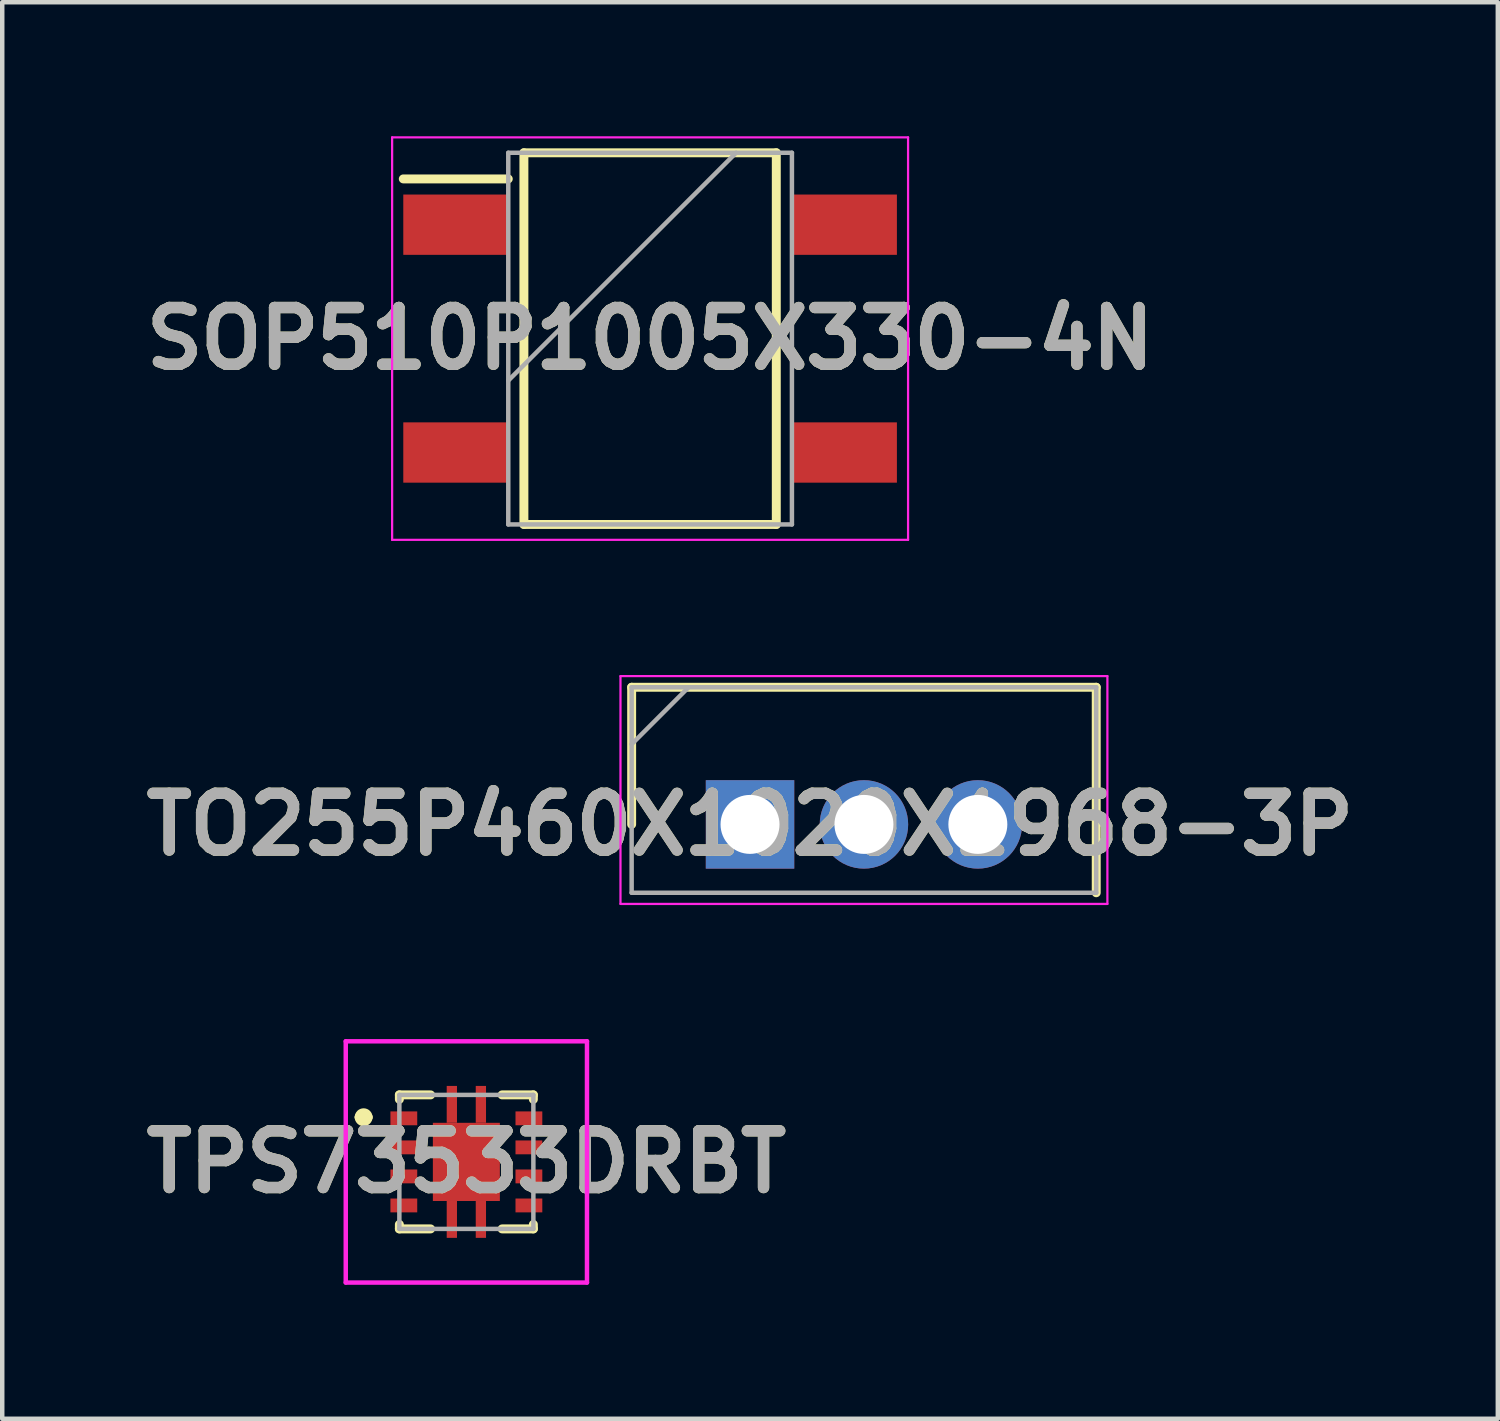
<source format=kicad_pcb>
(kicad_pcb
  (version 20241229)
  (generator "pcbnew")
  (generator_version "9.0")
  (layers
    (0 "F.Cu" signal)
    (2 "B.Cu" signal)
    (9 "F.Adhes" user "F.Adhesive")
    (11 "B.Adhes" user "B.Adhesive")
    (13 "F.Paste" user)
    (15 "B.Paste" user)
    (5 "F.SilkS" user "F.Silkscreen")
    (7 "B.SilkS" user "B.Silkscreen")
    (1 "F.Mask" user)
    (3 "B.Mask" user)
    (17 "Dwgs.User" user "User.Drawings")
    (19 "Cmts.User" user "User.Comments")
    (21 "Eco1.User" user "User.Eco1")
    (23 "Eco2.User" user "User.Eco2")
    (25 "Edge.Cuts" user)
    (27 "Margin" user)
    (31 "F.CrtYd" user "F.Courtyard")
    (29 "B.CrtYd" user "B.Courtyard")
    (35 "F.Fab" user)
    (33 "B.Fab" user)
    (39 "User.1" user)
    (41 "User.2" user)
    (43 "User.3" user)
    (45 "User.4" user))
  (footprint "SOP510P1005X330-4N"
    (layer "F.Cu")
    (at 11.503 4.53)
    (property "Reference" "SOP510P1005X330-4N" (at 0 0 0) (layer "F.SilkS") (effects (font (size 1.27 1.27) (thickness 0.254))))
    (attr smd)
    (fp_line (start -5.525 -3.575) (end -3.175 -3.575) (stroke (width 0.2) (type solid)) (layer "F.SilkS"))
    (fp_line (start -2.825 -4.16) (end 2.825 -4.16) (stroke (width 0.2) (type solid)) (layer "F.SilkS"))
    (fp_line (start -2.825 4.16) (end -2.825 -4.16) (stroke (width 0.2) (type solid)) (layer "F.SilkS"))
    (fp_line (start 2.825 -4.16) (end 2.825 4.16) (stroke (width 0.2) (type solid)) (layer "F.SilkS"))
    (fp_line (start 2.825 4.16) (end -2.825 4.16) (stroke (width 0.2) (type solid)) (layer "F.SilkS"))
    (fp_line (start -5.775 -4.505) (end 5.775 -4.505) (stroke (width 0.05) (type solid)) (layer "F.CrtYd"))
    (fp_line (start -5.775 4.505) (end -5.775 -4.505) (stroke (width 0.05) (type solid)) (layer "F.CrtYd"))
    (fp_line (start 5.775 -4.505) (end 5.775 4.505) (stroke (width 0.05) (type solid)) (layer "F.CrtYd"))
    (fp_line (start 5.775 4.505) (end -5.775 4.505) (stroke (width 0.05) (type solid)) (layer "F.CrtYd"))
    (fp_line (start -3.175 -4.16) (end 3.175 -4.16) (stroke (width 0.1) (type solid)) (layer "F.Fab"))
    (fp_line (start -3.175 0.94) (end 1.925 -4.16) (stroke (width 0.1) (type solid)) (layer "F.Fab"))
    (fp_line (start -3.175 4.16) (end -3.175 -4.16) (stroke (width 0.1) (type solid)) (layer "F.Fab"))
    (fp_line (start 3.175 -4.16) (end 3.175 4.16) (stroke (width 0.1) (type solid)) (layer "F.Fab"))
    (fp_line (start 3.175 4.16) (end -3.175 4.16) (stroke (width 0.1) (type solid)) (layer "F.Fab"))
    (fp_text user "${REFERENCE}" (at 0 0 0) (layer "F.Fab") (effects (font (size 1.27 1.27) (thickness 0.254))))
    (pad "1" smd rect (at -4.35 -2.55 90) (size 1.35 2.35) (layers "F.Cu" "F.Mask" "F.Paste"))
    (pad "2" smd rect (at -4.35 2.55 90) (size 1.35 2.35) (layers "F.Cu" "F.Mask" "F.Paste"))
    (pad "3" smd rect (at 4.35 2.55 90) (size 1.35 2.35) (layers "F.Cu" "F.Mask" "F.Paste"))
    (pad "4" smd rect (at 4.35 -2.55 90) (size 1.35 2.35) (layers "F.Cu" "F.Mask" "F.Paste")))
  (footprint "TPS73533DRBT"
    (layer "F.Cu")
    (at 7.39 22.96)
    (property "Reference" "TPS73533DRBT" (at 0 0 0) (layer "F.SilkS") (effects (font (size 1.27 1.27) (thickness 0.254))))
    (attr smd)
    (fp_line (start -2.4 -1) (end -2.4 -1) (stroke (width 0.2) (type solid)) (layer "F.SilkS"))
    (fp_line (start -2.2 -1) (end -2.2 -1) (stroke (width 0.2) (type solid)) (layer "F.SilkS"))
    (fp_line (start -1.5 -1.5) (end -1.5 -1.4) (stroke (width 0.2) (type solid)) (layer "F.SilkS"))
    (fp_line (start -1.5 1.5) (end -1.5 1.4) (stroke (width 0.2) (type solid)) (layer "F.SilkS"))
    (fp_line (start -0.8 -1.5) (end -1.5 -1.5) (stroke (width 0.2) (type solid)) (layer "F.SilkS"))
    (fp_line (start -0.8 1.5) (end -1.5 1.5) (stroke (width 0.2) (type solid)) (layer "F.SilkS"))
    (fp_line (start 0.8 -1.5) (end 1.5 -1.5) (stroke (width 0.2) (type solid)) (layer "F.SilkS"))
    (fp_line (start 0.8 1.5) (end 1.5 1.5) (stroke (width 0.2) (type solid)) (layer "F.SilkS"))
    (fp_line (start 1.5 -1.5) (end 1.5 -1.4) (stroke (width 0.2) (type solid)) (layer "F.SilkS"))
    (fp_line (start 1.5 1.5) (end 1.5 1.4) (stroke (width 0.2) (type solid)) (layer "F.SilkS"))
    (fp_arc (start -2.4 -1) (mid -2.3 -1.1) (end -2.2 -1) (stroke (width 0.2) (type solid)) (layer "F.SilkS"))
    (fp_arc (start -2.2 -1) (mid -2.3 -0.9) (end -2.4 -1) (stroke (width 0.2) (type solid)) (layer "F.SilkS"))
    (fp_line (start -2.7 -2.7) (end 2.7 -2.7) (stroke (width 0.1) (type solid)) (layer "F.CrtYd"))
    (fp_line (start -2.7 2.701) (end -2.7 -2.7) (stroke (width 0.1) (type solid)) (layer "F.CrtYd"))
    (fp_line (start 2.7 -2.7) (end 2.7 2.701) (stroke (width 0.1) (type solid)) (layer "F.CrtYd"))
    (fp_line (start 2.7 2.701) (end -2.7 2.701) (stroke (width 0.1) (type solid)) (layer "F.CrtYd"))
    (fp_line (start -1.5 -1.5) (end 1.5 -1.5) (stroke (width 0.1) (type solid)) (layer "F.Fab"))
    (fp_line (start -1.5 1.5) (end -1.5 -1.5) (stroke (width 0.1) (type solid)) (layer "F.Fab"))
    (fp_line (start 1.5 -1.5) (end 1.5 1.5) (stroke (width 0.1) (type solid)) (layer "F.Fab"))
    (fp_line (start 1.5 1.5) (end -1.5 1.5) (stroke (width 0.1) (type solid)) (layer "F.Fab"))
    (fp_text user "${REFERENCE}" (at 0 0 0) (layer "F.Fab") (effects (font (size 1.27 1.27) (thickness 0.254))))
    (pad "1" smd rect (at -1.4 -0.975 90) (size 0.31 0.6) (layers "F.Cu" "F.Mask" "F.Paste"))
    (pad "2" smd rect (at -1.4 -0.325 90) (size 0.31 0.6) (layers "F.Cu" "F.Mask" "F.Paste"))
    (pad "3" smd rect (at -1.4 0.325 90) (size 0.31 0.6) (layers "F.Cu" "F.Mask" "F.Paste"))
    (pad "4" smd rect (at -1.4 0.975 90) (size 0.31 0.6) (layers "F.Cu" "F.Mask" "F.Paste"))
    (pad "5" smd rect (at 1.4 0.975 90) (size 0.31 0.6) (layers "F.Cu" "F.Mask" "F.Paste"))
    (pad "6" smd rect (at 1.4 0.325 90) (size 0.31 0.6) (layers "F.Cu" "F.Mask" "F.Paste"))
    (pad "7" smd rect (at 1.4 -0.325 90) (size 0.31 0.6) (layers "F.Cu" "F.Mask" "F.Paste"))
    (pad "8" smd rect (at 1.4 -0.975 90) (size 0.31 0.6) (layers "F.Cu" "F.Mask" "F.Paste"))
    (pad "9" smd rect (at 0 0) (size 1.5 1.75) (layers "F.Cu" "F.Mask" "F.Paste"))
    (pad "A9" smd rect (at -0.325 -1.288) (size 0.23 0.825) (layers "F.Cu" "F.Mask" "F.Paste"))
    (pad "B9" smd rect (at 0.325 -1.288) (size 0.23 0.825) (layers "F.Cu" "F.Mask" "F.Paste"))
    (pad "C9" smd rect (at -0.325 1.288) (size 0.23 0.825) (layers "F.Cu" "F.Mask" "F.Paste"))
    (pad "D9" smd rect (at 0.325 1.288) (size 0.23 0.825) (layers "F.Cu" "F.Mask" "F.Paste")))
  (footprint "TO255P460X1020X1968-3P"
    (layer "F.Cu")
    (at 13.74 15.405)
    (property "Reference" "TO255P460X1020X1968-3P" (at 0 0 0) (layer "F.SilkS") (effects (font (size 1.27 1.27) (thickness 0.254))))
    (attr through_hole)
    (fp_line (start -2.65 -3.07) (end -2.65 0) (stroke (width 0.2) (type solid)) (layer "F.SilkS"))
    (fp_line (start 7.75 -3.07) (end -2.65 -3.07) (stroke (width 0.2) (type solid)) (layer "F.SilkS"))
    (fp_line (start 7.75 1.53) (end 7.75 -3.07) (stroke (width 0.2) (type solid)) (layer "F.SilkS"))
    (fp_line (start -2.9 -3.32) (end 8 -3.32) (stroke (width 0.05) (type solid)) (layer "F.CrtYd"))
    (fp_line (start -2.9 1.78) (end -2.9 -3.32) (stroke (width 0.05) (type solid)) (layer "F.CrtYd"))
    (fp_line (start 8 -3.32) (end 8 1.78) (stroke (width 0.05) (type solid)) (layer "F.CrtYd"))
    (fp_line (start 8 1.78) (end -2.9 1.78) (stroke (width 0.05) (type solid)) (layer "F.CrtYd"))
    (fp_line (start -2.65 -3.07) (end 7.75 -3.07) (stroke (width 0.1) (type solid)) (layer "F.Fab"))
    (fp_line (start -2.65 -1.795) (end -1.375 -3.07) (stroke (width 0.1) (type solid)) (layer "F.Fab"))
    (fp_line (start -2.65 1.53) (end -2.65 -3.07) (stroke (width 0.1) (type solid)) (layer "F.Fab"))
    (fp_line (start 7.75 -3.07) (end 7.75 1.53) (stroke (width 0.1) (type solid)) (layer "F.Fab"))
    (fp_line (start 7.75 1.53) (end -2.65 1.53) (stroke (width 0.1) (type solid)) (layer "F.Fab"))
    (fp_text user "${REFERENCE}" (at 0 0 0) (layer "F.Fab") (effects (font (size 1.27 1.27) (thickness 0.254))))
    (pad "1" thru_hole rect (at 0 0) (size 1.98 1.98) (drill 1.32) (layers "*.Cu" "*.Mask"))
    (pad "2" thru_hole circle (at 2.55 0) (size 1.98 1.98) (drill 1.32) (layers "*.Cu" "*.Mask"))
    (pad "3" thru_hole circle (at 5.1 0) (size 1.98 1.98) (drill 1.32) (layers "*.Cu" "*.Mask")))
  (gr_rect
    (start -3 -3)
    (end 30.48 28.711)
    (stroke (width 0.1) (type default))
    (fill no)
    (layer "Edge.Cuts")))
</source>
